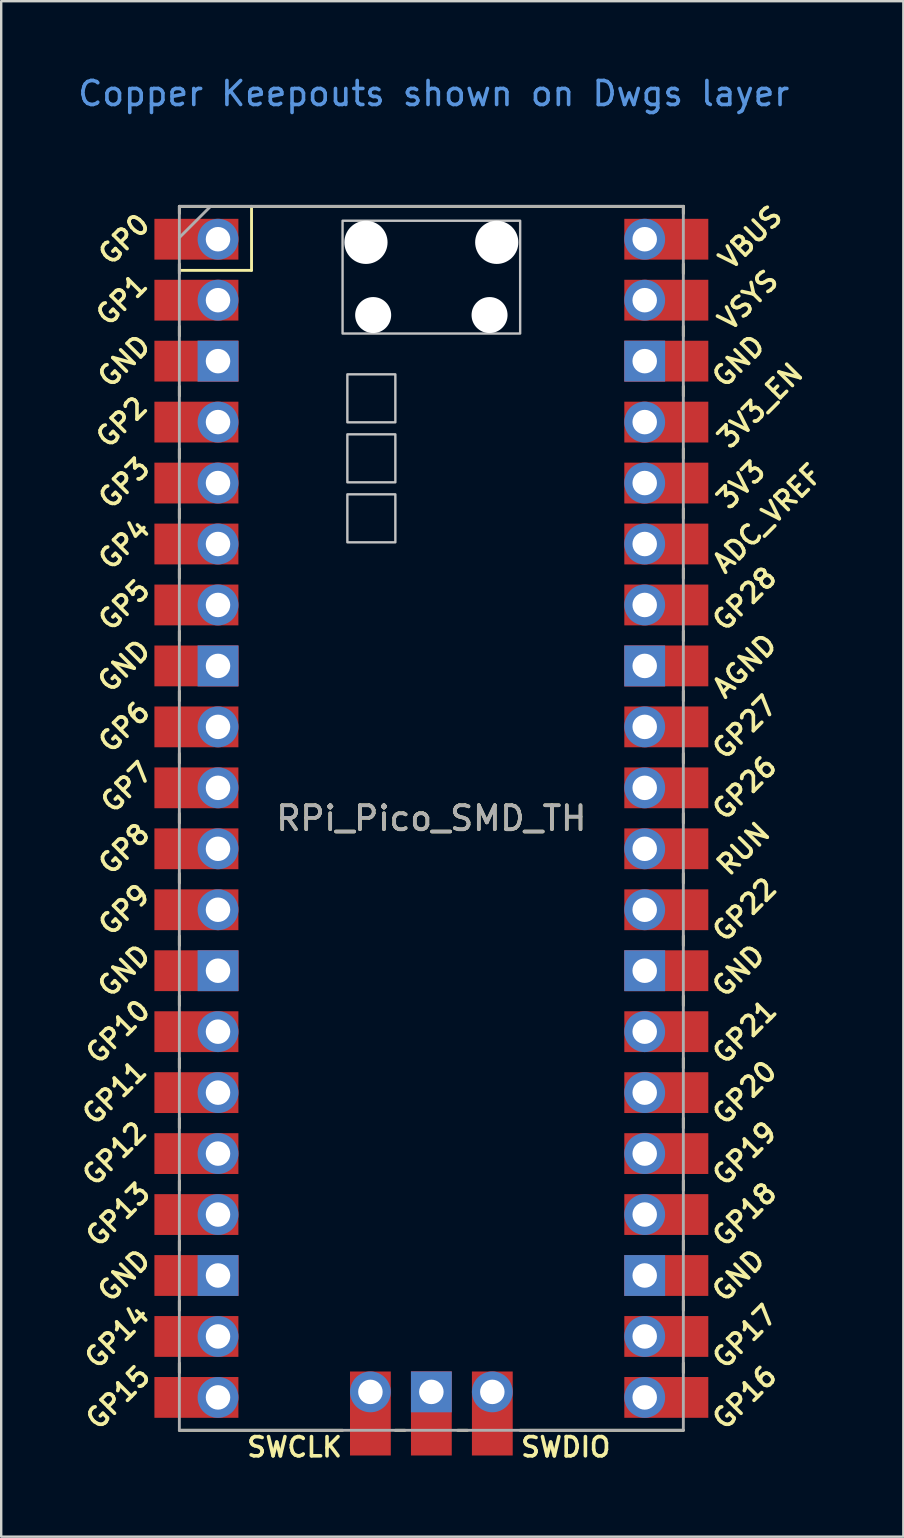
<source format=kicad_pcb>
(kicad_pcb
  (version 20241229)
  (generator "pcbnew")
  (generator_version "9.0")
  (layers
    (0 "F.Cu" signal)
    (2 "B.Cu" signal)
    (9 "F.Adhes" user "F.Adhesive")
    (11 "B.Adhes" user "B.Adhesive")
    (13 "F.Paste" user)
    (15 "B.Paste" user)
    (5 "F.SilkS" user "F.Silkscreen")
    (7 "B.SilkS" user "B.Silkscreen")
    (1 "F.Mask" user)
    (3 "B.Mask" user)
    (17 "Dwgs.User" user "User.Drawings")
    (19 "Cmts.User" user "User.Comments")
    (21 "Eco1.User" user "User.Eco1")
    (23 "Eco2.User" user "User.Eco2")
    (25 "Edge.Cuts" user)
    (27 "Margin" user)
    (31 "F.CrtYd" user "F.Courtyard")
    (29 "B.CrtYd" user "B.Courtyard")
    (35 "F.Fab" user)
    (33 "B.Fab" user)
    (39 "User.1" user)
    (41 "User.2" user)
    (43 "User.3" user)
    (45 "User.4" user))
  (footprint "RPi_Pico_SMD_TH"
    (layer "F.Cu")
    (at 14.924 31.048)
    (property "Reference" "RPi_Pico_SMD_TH" (at 0 0 0) (layer "F.SilkS") (effects (font (size 1 1) (thickness 0.15))))
    (attr through_hole)
    (fp_line (start -10.5 -25.5) (end -10.5 -25.2) (stroke (width 0.12) (type solid)) (layer "F.SilkS"))
    (fp_line (start -10.5 -25.5) (end 10.5 -25.5) (stroke (width 0.12) (type solid)) (layer "F.SilkS"))
    (fp_line (start -10.5 -23.1) (end -10.5 -22.7) (stroke (width 0.12) (type solid)) (layer "F.SilkS"))
    (fp_line (start -10.5 -22.833) (end -7.493 -22.833) (stroke (width 0.12) (type solid)) (layer "F.SilkS"))
    (fp_line (start -10.5 -20.5) (end -10.5 -20.1) (stroke (width 0.12) (type solid)) (layer "F.SilkS"))
    (fp_line (start -10.5 -18) (end -10.5 -17.6) (stroke (width 0.12) (type solid)) (layer "F.SilkS"))
    (fp_line (start -10.5 -15.4) (end -10.5 -15) (stroke (width 0.12) (type solid)) (layer "F.SilkS"))
    (fp_line (start -10.5 -12.9) (end -10.5 -12.5) (stroke (width 0.12) (type solid)) (layer "F.SilkS"))
    (fp_line (start -10.5 -10.4) (end -10.5 -10) (stroke (width 0.12) (type solid)) (layer "F.SilkS"))
    (fp_line (start -10.5 -7.8) (end -10.5 -7.4) (stroke (width 0.12) (type solid)) (layer "F.SilkS"))
    (fp_line (start -10.5 -5.3) (end -10.5 -4.9) (stroke (width 0.12) (type solid)) (layer "F.SilkS"))
    (fp_line (start -10.5 -2.7) (end -10.5 -2.3) (stroke (width 0.12) (type solid)) (layer "F.SilkS"))
    (fp_line (start -10.5 -0.2) (end -10.5 0.2) (stroke (width 0.12) (type solid)) (layer "F.SilkS"))
    (fp_line (start -10.5 2.3) (end -10.5 2.7) (stroke (width 0.12) (type solid)) (layer "F.SilkS"))
    (fp_line (start -10.5 4.9) (end -10.5 5.3) (stroke (width 0.12) (type solid)) (layer "F.SilkS"))
    (fp_line (start -10.5 7.4) (end -10.5 7.8) (stroke (width 0.12) (type solid)) (layer "F.SilkS"))
    (fp_line (start -10.5 10) (end -10.5 10.4) (stroke (width 0.12) (type solid)) (layer "F.SilkS"))
    (fp_line (start -10.5 12.5) (end -10.5 12.9) (stroke (width 0.12) (type solid)) (layer "F.SilkS"))
    (fp_line (start -10.5 15.1) (end -10.5 15.5) (stroke (width 0.12) (type solid)) (layer "F.SilkS"))
    (fp_line (start -10.5 17.6) (end -10.5 18) (stroke (width 0.12) (type solid)) (layer "F.SilkS"))
    (fp_line (start -10.5 20.1) (end -10.5 20.5) (stroke (width 0.12) (type solid)) (layer "F.SilkS"))
    (fp_line (start -10.5 22.7) (end -10.5 23.1) (stroke (width 0.12) (type solid)) (layer "F.SilkS"))
    (fp_line (start -7.493 -22.833) (end -7.493 -25.5) (stroke (width 0.12) (type solid)) (layer "F.SilkS"))
    (fp_line (start -3.7 25.5) (end -10.5 25.5) (stroke (width 0.12) (type solid)) (layer "F.SilkS"))
    (fp_line (start -1.5 25.5) (end -1.1 25.5) (stroke (width 0.12) (type solid)) (layer "F.SilkS"))
    (fp_line (start 1.1 25.5) (end 1.5 25.5) (stroke (width 0.12) (type solid)) (layer "F.SilkS"))
    (fp_line (start 10.5 -25.5) (end 10.5 -25.2) (stroke (width 0.12) (type solid)) (layer "F.SilkS"))
    (fp_line (start 10.5 -23.1) (end 10.5 -22.7) (stroke (width 0.12) (type solid)) (layer "F.SilkS"))
    (fp_line (start 10.5 -20.5) (end 10.5 -20.1) (stroke (width 0.12) (type solid)) (layer "F.SilkS"))
    (fp_line (start 10.5 -18) (end 10.5 -17.6) (stroke (width 0.12) (type solid)) (layer "F.SilkS"))
    (fp_line (start 10.5 -15.4) (end 10.5 -15) (stroke (width 0.12) (type solid)) (layer "F.SilkS"))
    (fp_line (start 10.5 -12.9) (end 10.5 -12.5) (stroke (width 0.12) (type solid)) (layer "F.SilkS"))
    (fp_line (start 10.5 -10.4) (end 10.5 -10) (stroke (width 0.12) (type solid)) (layer "F.SilkS"))
    (fp_line (start 10.5 -7.8) (end 10.5 -7.4) (stroke (width 0.12) (type solid)) (layer "F.SilkS"))
    (fp_line (start 10.5 -5.3) (end 10.5 -4.9) (stroke (width 0.12) (type solid)) (layer "F.SilkS"))
    (fp_line (start 10.5 -2.7) (end 10.5 -2.3) (stroke (width 0.12) (type solid)) (layer "F.SilkS"))
    (fp_line (start 10.5 -0.2) (end 10.5 0.2) (stroke (width 0.12) (type solid)) (layer "F.SilkS"))
    (fp_line (start 10.5 2.3) (end 10.5 2.7) (stroke (width 0.12) (type solid)) (layer "F.SilkS"))
    (fp_line (start 10.5 4.9) (end 10.5 5.3) (stroke (width 0.12) (type solid)) (layer "F.SilkS"))
    (fp_line (start 10.5 7.4) (end 10.5 7.8) (stroke (width 0.12) (type solid)) (layer "F.SilkS"))
    (fp_line (start 10.5 10) (end 10.5 10.4) (stroke (width 0.12) (type solid)) (layer "F.SilkS"))
    (fp_line (start 10.5 12.5) (end 10.5 12.9) (stroke (width 0.12) (type solid)) (layer "F.SilkS"))
    (fp_line (start 10.5 15.1) (end 10.5 15.5) (stroke (width 0.12) (type solid)) (layer "F.SilkS"))
    (fp_line (start 10.5 17.6) (end 10.5 18) (stroke (width 0.12) (type solid)) (layer "F.SilkS"))
    (fp_line (start 10.5 20.1) (end 10.5 20.5) (stroke (width 0.12) (type solid)) (layer "F.SilkS"))
    (fp_line (start 10.5 22.7) (end 10.5 23.1) (stroke (width 0.12) (type solid)) (layer "F.SilkS"))
    (fp_line (start 10.5 25.5) (end 3.7 25.5) (stroke (width 0.12) (type solid)) (layer "F.SilkS"))
    (fp_poly (pts (xy -1.5 -16.5) (xy -3.5 -16.5) (xy -3.5 -18.5) (xy -1.5 -18.5)) (stroke (width 0.1) (type solid)) (fill no) (layer "Dwgs.User"))
    (fp_poly (pts (xy -1.5 -14) (xy -3.5 -14) (xy -3.5 -16) (xy -1.5 -16)) (stroke (width 0.1) (type solid)) (fill no) (layer "Dwgs.User"))
    (fp_poly (pts (xy -1.5 -11.5) (xy -3.5 -11.5) (xy -3.5 -13.5) (xy -1.5 -13.5)) (stroke (width 0.1) (type solid)) (fill no) (layer "Dwgs.User"))
    (fp_poly (pts (xy 3.7 -20.2) (xy -3.7 -20.2) (xy -3.7 -24.9) (xy 3.7 -24.9)) (stroke (width 0.1) (type solid)) (fill no) (layer "Dwgs.User"))
    (fp_line (start -10.5 -25.5) (end 10.5 -25.5) (stroke (width 0.12) (type solid)) (layer "F.Fab"))
    (fp_line (start -10.5 -24.2) (end -9.2 -25.5) (stroke (width 0.12) (type solid)) (layer "F.Fab"))
    (fp_line (start -10.5 25.5) (end -10.5 -25.5) (stroke (width 0.12) (type solid)) (layer "F.Fab"))
    (fp_line (start 10.5 -25.5) (end 10.5 25.5) (stroke (width 0.12) (type solid)) (layer "F.Fab"))
    (fp_line (start 10.5 25.5) (end -10.5 25.5) (stroke (width 0.12) (type solid)) (layer "F.Fab"))
    (fp_text user "VSYS" (at 13.2 -21.59 45) (layer "F.SilkS") (effects (font (size 0.8 0.8) (thickness 0.15))))
    (fp_text user "GP28" (at 13.054 -9.144 45) (layer "F.SilkS") (effects (font (size 0.8 0.8) (thickness 0.15))))
    (fp_text user "GND" (at 12.8 19.05 45) (layer "F.SilkS") (effects (font (size 0.8 0.8) (thickness 0.15))))
    (fp_text user "GP9" (at -12.8 3.81 45) (layer "F.SilkS") (effects (font (size 0.8 0.8) (thickness 0.15))))
    (fp_text user "GP18" (at 13.054 16.51 45) (layer "F.SilkS") (effects (font (size 0.8 0.8) (thickness 0.15))))
    (fp_text user "GP11" (at -13.2 11.43 45) (layer "F.SilkS") (effects (font (size 0.8 0.8) (thickness 0.15))))
    (fp_text user "GP16" (at 13.054 24.13 45) (layer "F.SilkS") (effects (font (size 0.8 0.8) (thickness 0.15))))
    (fp_text user "GP2" (at -12.9 -16.51 45) (layer "F.SilkS") (effects (font (size 0.8 0.8) (thickness 0.15))))
    (fp_text user "GND" (at 12.8 6.35 45) (layer "F.SilkS") (effects (font (size 0.8 0.8) (thickness 0.15))))
    (fp_text user "GP1" (at -12.9 -21.6 45) (layer "F.SilkS") (effects (font (size 0.8 0.8) (thickness 0.15))))
    (fp_text user "GP10" (at -13.054 8.89 45) (layer "F.SilkS") (effects (font (size 0.8 0.8) (thickness 0.15))))
    (fp_text user "GND" (at -12.8 -19.05 45) (layer "F.SilkS") (effects (font (size 0.8 0.8) (thickness 0.15))))
    (fp_text user "GP22" (at 13.054 3.81 45) (layer "F.SilkS") (effects (font (size 0.8 0.8) (thickness 0.15))))
    (fp_text user "GP15" (at -13.054 24.13 45) (layer "F.SilkS") (effects (font (size 0.8 0.8) (thickness 0.15))))
    (fp_text user "GP17" (at 13.054 21.59 45) (layer "F.SilkS") (effects (font (size 0.8 0.8) (thickness 0.15))))
    (fp_text user "GP4" (at -12.8 -11.43 45) (layer "F.SilkS") (effects (font (size 0.8 0.8) (thickness 0.15))))
    (fp_text user "GP20" (at 13.054 11.43 45) (layer "F.SilkS") (effects (font (size 0.8 0.8) (thickness 0.15))))
    (fp_text user "GP27" (at 13.054 -3.8 45) (layer "F.SilkS") (effects (font (size 0.8 0.8) (thickness 0.15))))
    (fp_text user "3V3" (at 12.9 -13.9 45) (layer "F.SilkS") (effects (font (size 0.8 0.8) (thickness 0.15))))
    (fp_text user "GP21" (at 13.054 8.9 45) (layer "F.SilkS") (effects (font (size 0.8 0.8) (thickness 0.15))))
    (fp_text user "GND" (at -12.8 6.35 45) (layer "F.SilkS") (effects (font (size 0.8 0.8) (thickness 0.15))))
    (fp_text user "GP0" (at -12.8 -24.13 45) (layer "F.SilkS") (effects (font (size 0.8 0.8) (thickness 0.15))))
    (fp_text user "GND" (at -12.8 -6.35 45) (layer "F.SilkS") (effects (font (size 0.8 0.8) (thickness 0.15))))
    (fp_text user "VBUS" (at 13.3 -24.2 45) (layer "F.SilkS") (effects (font (size 0.8 0.8) (thickness 0.15))))
    (fp_text user "GP6" (at -12.8 -3.81 45) (layer "F.SilkS") (effects (font (size 0.8 0.8) (thickness 0.15))))
    (fp_text user "SWCLK" (at -5.7 26.2 0) (layer "F.SilkS") (effects (font (size 0.8 0.8) (thickness 0.15))))
    (fp_text user "ADC_VREF" (at 14 -12.5 45) (layer "F.SilkS") (effects (font (size 0.8 0.8) (thickness 0.15))))
    (fp_text user "GND" (at 12.8 -19.05 45) (layer "F.SilkS") (effects (font (size 0.8 0.8) (thickness 0.15))))
    (fp_text user "GP26" (at 13.054 -1.27 45) (layer "F.SilkS") (effects (font (size 0.8 0.8) (thickness 0.15))))
    (fp_text user "AGND" (at 13.054 -6.35 45) (layer "F.SilkS") (effects (font (size 0.8 0.8) (thickness 0.15))))
    (fp_text user "GP3" (at -12.8 -13.97 45) (layer "F.SilkS") (effects (font (size 0.8 0.8) (thickness 0.15))))
    (fp_text user "GND" (at -12.8 19.05 45) (layer "F.SilkS") (effects (font (size 0.8 0.8) (thickness 0.15))))
    (fp_text user "SWDIO" (at 5.6 26.2 0) (layer "F.SilkS") (effects (font (size 0.8 0.8) (thickness 0.15))))
    (fp_text user "GP12" (at -13.2 13.97 45) (layer "F.SilkS") (effects (font (size 0.8 0.8) (thickness 0.15))))
    (fp_text user "GP13" (at -13.054 16.51 45) (layer "F.SilkS") (effects (font (size 0.8 0.8) (thickness 0.15))))
    (fp_text user "GP5" (at -12.8 -8.89 45) (layer "F.SilkS") (effects (font (size 0.8 0.8) (thickness 0.15))))
    (fp_text user "GP7" (at -12.7 -1.3 45) (layer "F.SilkS") (effects (font (size 0.8 0.8) (thickness 0.15))))
    (fp_text user "GP14" (at -13.1 21.59 45) (layer "F.SilkS") (effects (font (size 0.8 0.8) (thickness 0.15))))
    (fp_text user "GP19" (at 13.054 13.97 45) (layer "F.SilkS") (effects (font (size 0.8 0.8) (thickness 0.15))))
    (fp_text user "GP8" (at -12.8 1.27 45) (layer "F.SilkS") (effects (font (size 0.8 0.8) (thickness 0.15))))
    (fp_text user "3V3_EN" (at 13.7 -17.2 45) (layer "F.SilkS") (effects (font (size 0.8 0.8) (thickness 0.15))))
    (fp_text user "RUN" (at 13 1.27 45) (layer "F.SilkS") (effects (font (size 0.8 0.8) (thickness 0.15))))
    (fp_text user "Copper Keepouts shown on Dwgs layer" (at 0.1 -30.2 0) (layer "Cmts.User") (effects (font (size 1 1) (thickness 0.15))))
    (fp_text user "${REFERENCE}" (at 0 0 180) (layer "F.Fab") (effects (font (size 1 1) (thickness 0.15))))
    (pad "" np_thru_hole oval (at -2.725 -24) (size 1.8 1.8) (drill 1.8) (layers "*.Cu" "*.Mask"))
    (pad "" np_thru_hole oval (at -2.425 -20.97) (size 1.5 1.5) (drill 1.5) (layers "*.Cu" "*.Mask"))
    (pad "" np_thru_hole oval (at 2.425 -20.97) (size 1.5 1.5) (drill 1.5) (layers "*.Cu" "*.Mask"))
    (pad "" np_thru_hole oval (at 2.725 -24) (size 1.8 1.8) (drill 1.8) (layers "*.Cu" "*.Mask"))
    (pad "1" thru_hole oval (at -8.89 -24.13) (size 1.7 1.7) (drill 1.02) (layers "*.Cu" "*.Mask"))
    (pad "1" smd rect (at -8.89 -24.13) (size 3.5 1.7) (drill (offset -0.9 0)) (layers "F.Cu" "F.Mask"))
    (pad "2" thru_hole oval (at -8.89 -21.59) (size 1.7 1.7) (drill 1.02) (layers "*.Cu" "*.Mask"))
    (pad "2" smd rect (at -8.89 -21.59) (size 3.5 1.7) (drill (offset -0.9 0)) (layers "F.Cu" "F.Mask"))
    (pad "3" thru_hole rect (at -8.89 -19.05) (size 1.7 1.7) (drill 1.02) (layers "*.Cu" "*.Mask"))
    (pad "3" smd rect (at -8.89 -19.05) (size 3.5 1.7) (drill (offset -0.9 0)) (layers "F.Cu" "F.Mask"))
    (pad "4" thru_hole oval (at -8.89 -16.51) (size 1.7 1.7) (drill 1.02) (layers "*.Cu" "*.Mask"))
    (pad "4" smd rect (at -8.89 -16.51) (size 3.5 1.7) (drill (offset -0.9 0)) (layers "F.Cu" "F.Mask"))
    (pad "5" thru_hole oval (at -8.89 -13.97) (size 1.7 1.7) (drill 1.02) (layers "*.Cu" "*.Mask"))
    (pad "5" smd rect (at -8.89 -13.97) (size 3.5 1.7) (drill (offset -0.9 0)) (layers "F.Cu" "F.Mask"))
    (pad "6" thru_hole oval (at -8.89 -11.43) (size 1.7 1.7) (drill 1.02) (layers "*.Cu" "*.Mask"))
    (pad "6" smd rect (at -8.89 -11.43) (size 3.5 1.7) (drill (offset -0.9 0)) (layers "F.Cu" "F.Mask"))
    (pad "7" thru_hole oval (at -8.89 -8.89) (size 1.7 1.7) (drill 1.02) (layers "*.Cu" "*.Mask"))
    (pad "7" smd rect (at -8.89 -8.89) (size 3.5 1.7) (drill (offset -0.9 0)) (layers "F.Cu" "F.Mask"))
    (pad "8" thru_hole rect (at -8.89 -6.35) (size 1.7 1.7) (drill 1.02) (layers "*.Cu" "*.Mask"))
    (pad "8" smd rect (at -8.89 -6.35) (size 3.5 1.7) (drill (offset -0.9 0)) (layers "F.Cu" "F.Mask"))
    (pad "9" thru_hole oval (at -8.89 -3.81) (size 1.7 1.7) (drill 1.02) (layers "*.Cu" "*.Mask"))
    (pad "9" smd rect (at -8.89 -3.81) (size 3.5 1.7) (drill (offset -0.9 0)) (layers "F.Cu" "F.Mask"))
    (pad "10" thru_hole oval (at -8.89 -1.27) (size 1.7 1.7) (drill 1.02) (layers "*.Cu" "*.Mask"))
    (pad "10" smd rect (at -8.89 -1.27) (size 3.5 1.7) (drill (offset -0.9 0)) (layers "F.Cu" "F.Mask"))
    (pad "11" thru_hole oval (at -8.89 1.27) (size 1.7 1.7) (drill 1.02) (layers "*.Cu" "*.Mask"))
    (pad "11" smd rect (at -8.89 1.27) (size 3.5 1.7) (drill (offset -0.9 0)) (layers "F.Cu" "F.Mask"))
    (pad "12" thru_hole oval (at -8.89 3.81) (size 1.7 1.7) (drill 1.02) (layers "*.Cu" "*.Mask"))
    (pad "12" smd rect (at -8.89 3.81) (size 3.5 1.7) (drill (offset -0.9 0)) (layers "F.Cu" "F.Mask"))
    (pad "13" thru_hole rect (at -8.89 6.35) (size 1.7 1.7) (drill 1.02) (layers "*.Cu" "*.Mask"))
    (pad "13" smd rect (at -8.89 6.35) (size 3.5 1.7) (drill (offset -0.9 0)) (layers "F.Cu" "F.Mask"))
    (pad "14" thru_hole oval (at -8.89 8.89) (size 1.7 1.7) (drill 1.02) (layers "*.Cu" "*.Mask"))
    (pad "14" smd rect (at -8.89 8.89) (size 3.5 1.7) (drill (offset -0.9 0)) (layers "F.Cu" "F.Mask"))
    (pad "15" thru_hole oval (at -8.89 11.43) (size 1.7 1.7) (drill 1.02) (layers "*.Cu" "*.Mask"))
    (pad "15" smd rect (at -8.89 11.43) (size 3.5 1.7) (drill (offset -0.9 0)) (layers "F.Cu" "F.Mask"))
    (pad "16" thru_hole oval (at -8.89 13.97) (size 1.7 1.7) (drill 1.02) (layers "*.Cu" "*.Mask"))
    (pad "16" smd rect (at -8.89 13.97) (size 3.5 1.7) (drill (offset -0.9 0)) (layers "F.Cu" "F.Mask"))
    (pad "17" thru_hole oval (at -8.89 16.51) (size 1.7 1.7) (drill 1.02) (layers "*.Cu" "*.Mask"))
    (pad "17" smd rect (at -8.89 16.51) (size 3.5 1.7) (drill (offset -0.9 0)) (layers "F.Cu" "F.Mask"))
    (pad "18" thru_hole rect (at -8.89 19.05) (size 1.7 1.7) (drill 1.02) (layers "*.Cu" "*.Mask"))
    (pad "18" smd rect (at -8.89 19.05) (size 3.5 1.7) (drill (offset -0.9 0)) (layers "F.Cu" "F.Mask"))
    (pad "19" thru_hole oval (at -8.89 21.59) (size 1.7 1.7) (drill 1.02) (layers "*.Cu" "*.Mask"))
    (pad "19" smd rect (at -8.89 21.59) (size 3.5 1.7) (drill (offset -0.9 0)) (layers "F.Cu" "F.Mask"))
    (pad "20" thru_hole oval (at -8.89 24.13) (size 1.7 1.7) (drill 1.02) (layers "*.Cu" "*.Mask"))
    (pad "20" smd rect (at -8.89 24.13) (size 3.5 1.7) (drill (offset -0.9 0)) (layers "F.Cu" "F.Mask"))
    (pad "21" thru_hole oval (at 8.89 24.13) (size 1.7 1.7) (drill 1.02) (layers "*.Cu" "*.Mask"))
    (pad "21" smd rect (at 8.89 24.13) (size 3.5 1.7) (drill (offset 0.9 0)) (layers "F.Cu" "F.Mask"))
    (pad "22" thru_hole oval (at 8.89 21.59) (size 1.7 1.7) (drill 1.02) (layers "*.Cu" "*.Mask"))
    (pad "22" smd rect (at 8.89 21.59) (size 3.5 1.7) (drill (offset 0.9 0)) (layers "F.Cu" "F.Mask"))
    (pad "23" thru_hole rect (at 8.89 19.05) (size 1.7 1.7) (drill 1.02) (layers "*.Cu" "*.Mask"))
    (pad "23" smd rect (at 8.89 19.05) (size 3.5 1.7) (drill (offset 0.9 0)) (layers "F.Cu" "F.Mask"))
    (pad "24" thru_hole oval (at 8.89 16.51) (size 1.7 1.7) (drill 1.02) (layers "*.Cu" "*.Mask"))
    (pad "24" smd rect (at 8.89 16.51) (size 3.5 1.7) (drill (offset 0.9 0)) (layers "F.Cu" "F.Mask"))
    (pad "25" thru_hole oval (at 8.89 13.97) (size 1.7 1.7) (drill 1.02) (layers "*.Cu" "*.Mask"))
    (pad "25" smd rect (at 8.89 13.97) (size 3.5 1.7) (drill (offset 0.9 0)) (layers "F.Cu" "F.Mask"))
    (pad "26" thru_hole oval (at 8.89 11.43) (size 1.7 1.7) (drill 1.02) (layers "*.Cu" "*.Mask"))
    (pad "26" smd rect (at 8.89 11.43) (size 3.5 1.7) (drill (offset 0.9 0)) (layers "F.Cu" "F.Mask"))
    (pad "27" thru_hole oval (at 8.89 8.89) (size 1.7 1.7) (drill 1.02) (layers "*.Cu" "*.Mask"))
    (pad "27" smd rect (at 8.89 8.89) (size 3.5 1.7) (drill (offset 0.9 0)) (layers "F.Cu" "F.Mask"))
    (pad "28" thru_hole rect (at 8.89 6.35) (size 1.7 1.7) (drill 1.02) (layers "*.Cu" "*.Mask"))
    (pad "28" smd rect (at 8.89 6.35) (size 3.5 1.7) (drill (offset 0.9 0)) (layers "F.Cu" "F.Mask"))
    (pad "29" thru_hole oval (at 8.89 3.81) (size 1.7 1.7) (drill 1.02) (layers "*.Cu" "*.Mask"))
    (pad "29" smd rect (at 8.89 3.81) (size 3.5 1.7) (drill (offset 0.9 0)) (layers "F.Cu" "F.Mask"))
    (pad "30" thru_hole oval (at 8.89 1.27) (size 1.7 1.7) (drill 1.02) (layers "*.Cu" "*.Mask"))
    (pad "30" smd rect (at 8.89 1.27) (size 3.5 1.7) (drill (offset 0.9 0)) (layers "F.Cu" "F.Mask"))
    (pad "31" thru_hole oval (at 8.89 -1.27) (size 1.7 1.7) (drill 1.02) (layers "*.Cu" "*.Mask"))
    (pad "31" smd rect (at 8.89 -1.27) (size 3.5 1.7) (drill (offset 0.9 0)) (layers "F.Cu" "F.Mask"))
    (pad "32" thru_hole oval (at 8.89 -3.81) (size 1.7 1.7) (drill 1.02) (layers "*.Cu" "*.Mask"))
    (pad "32" smd rect (at 8.89 -3.81) (size 3.5 1.7) (drill (offset 0.9 0)) (layers "F.Cu" "F.Mask"))
    (pad "33" thru_hole rect (at 8.89 -6.35) (size 1.7 1.7) (drill 1.02) (layers "*.Cu" "*.Mask"))
    (pad "33" smd rect (at 8.89 -6.35) (size 3.5 1.7) (drill (offset 0.9 0)) (layers "F.Cu" "F.Mask"))
    (pad "34" thru_hole oval (at 8.89 -8.89) (size 1.7 1.7) (drill 1.02) (layers "*.Cu" "*.Mask"))
    (pad "34" smd rect (at 8.89 -8.89) (size 3.5 1.7) (drill (offset 0.9 0)) (layers "F.Cu" "F.Mask"))
    (pad "35" thru_hole oval (at 8.89 -11.43) (size 1.7 1.7) (drill 1.02) (layers "*.Cu" "*.Mask"))
    (pad "35" smd rect (at 8.89 -11.43) (size 3.5 1.7) (drill (offset 0.9 0)) (layers "F.Cu" "F.Mask"))
    (pad "36" thru_hole oval (at 8.89 -13.97) (size 1.7 1.7) (drill 1.02) (layers "*.Cu" "*.Mask"))
    (pad "36" smd rect (at 8.89 -13.97) (size 3.5 1.7) (drill (offset 0.9 0)) (layers "F.Cu" "F.Mask"))
    (pad "37" thru_hole oval (at 8.89 -16.51) (size 1.7 1.7) (drill 1.02) (layers "*.Cu" "*.Mask"))
    (pad "37" smd rect (at 8.89 -16.51) (size 3.5 1.7) (drill (offset 0.9 0)) (layers "F.Cu" "F.Mask"))
    (pad "38" thru_hole rect (at 8.89 -19.05) (size 1.7 1.7) (drill 1.02) (layers "*.Cu" "*.Mask"))
    (pad "38" smd rect (at 8.89 -19.05) (size 3.5 1.7) (drill (offset 0.9 0)) (layers "F.Cu" "F.Mask"))
    (pad "39" thru_hole oval (at 8.89 -21.59) (size 1.7 1.7) (drill 1.02) (layers "*.Cu" "*.Mask"))
    (pad "39" smd rect (at 8.89 -21.59) (size 3.5 1.7) (drill (offset 0.9 0)) (layers "F.Cu" "F.Mask"))
    (pad "40" thru_hole oval (at 8.89 -24.13) (size 1.7 1.7) (drill 1.02) (layers "*.Cu" "*.Mask"))
    (pad "40" smd rect (at 8.89 -24.13) (size 3.5 1.7) (drill (offset 0.9 0)) (layers "F.Cu" "F.Mask"))
    (pad "41" thru_hole oval (at -2.54 23.9) (size 1.7 1.7) (drill 1.02) (layers "*.Cu" "*.Mask"))
    (pad "41" smd rect (at -2.54 23.9 90) (size 3.5 1.7) (drill (offset -0.9 0)) (layers "F.Cu" "F.Mask"))
    (pad "42" thru_hole rect (at 0 23.9) (size 1.7 1.7) (drill 1.02) (layers "*.Cu" "*.Mask"))
    (pad "42" smd rect (at 0 23.9 90) (size 3.5 1.7) (drill (offset -0.9 0)) (layers "F.Cu" "F.Mask"))
    (pad "43" thru_hole oval (at 2.54 23.9) (size 1.7 1.7) (drill 1.02) (layers "*.Cu" "*.Mask"))
    (pad "43" smd rect (at 2.54 23.9 90) (size 3.5 1.7) (drill (offset -0.9 0)) (layers "F.Cu" "F.Mask")))
  (gr_rect
    (start -3 -3)
    (end 34.591 60.98)
    (stroke (width 0.1) (type default))
    (fill no)
    (layer "Edge.Cuts")))
</source>
